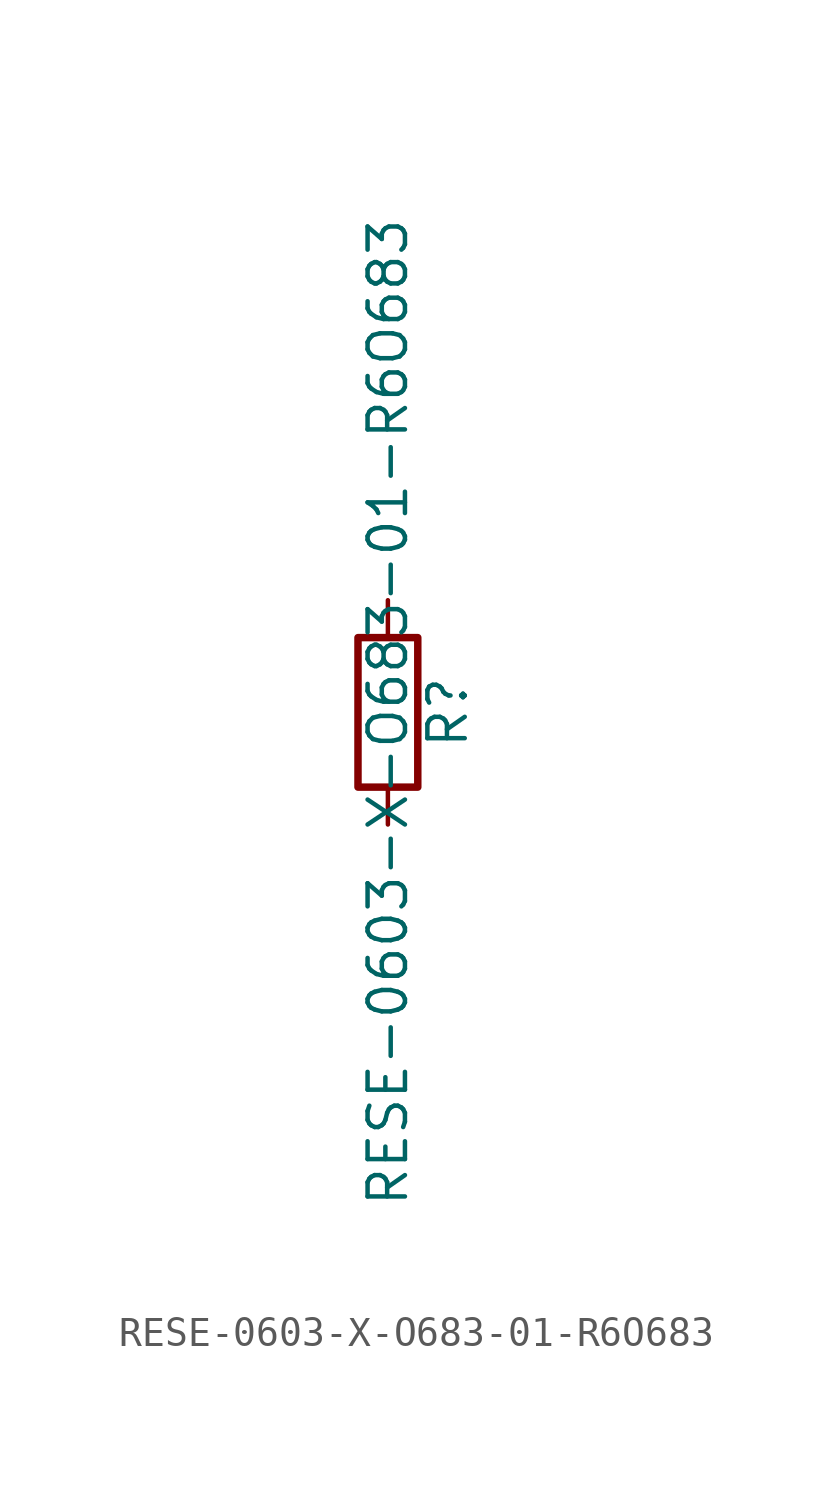
<source format=kicad_sym>
(kicad_symbol_lib
  (version 20211014)
  (generator kicad_symbol_editor)
  (symbol "RESE-0603-X-O683-01-R6O683"
    (pin_numbers hide)
    (pin_names
      (offset 0))
    (property "Reference" "R"
      (at 2.032 0 90)
      (effects (font (size 1.27 1.27))))
    (property "Value" "RESE-0603-X-O683-01-R6O683"
      (at 0 0 90)
      (effects (font (size 1.27 1.27))))
    (symbol "RESE-0603-X-O683-01-R6O683_0_1"
      (rectangle (start -1.016 -2.54) (end 1.016 2.54) (stroke (width 0.254) (type default) (color 0 0 0 0)) (fill (type none))))
    (symbol "RESE-0603-X-O683-01-R6O683_1_1"
      (pin passive line (at 0 3.81 270) (length 1.27) (name "~" (effects (font (size 1.27 1.27)))) (number "1" (effects (font (size 1.27 1.27)))))
      (pin passive line (at 0 -3.81 90) (length 1.27) (name "~" (effects (font (size 1.27 1.27)))) (number "2" (effects (font (size 1.27 1.27))))))))
</source>
